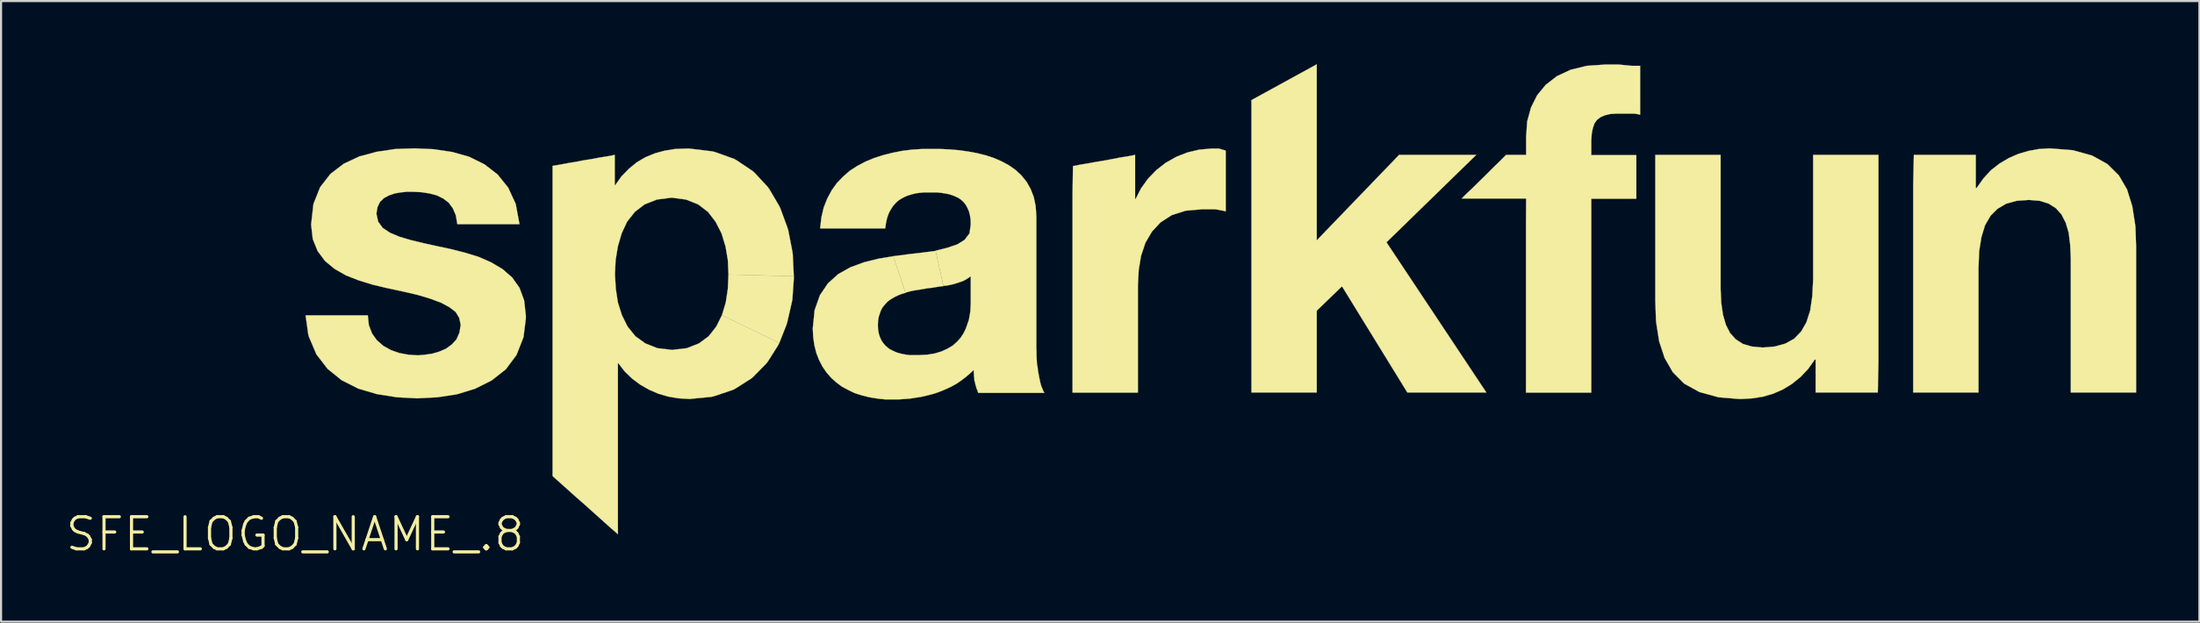
<source format=kicad_pcb>
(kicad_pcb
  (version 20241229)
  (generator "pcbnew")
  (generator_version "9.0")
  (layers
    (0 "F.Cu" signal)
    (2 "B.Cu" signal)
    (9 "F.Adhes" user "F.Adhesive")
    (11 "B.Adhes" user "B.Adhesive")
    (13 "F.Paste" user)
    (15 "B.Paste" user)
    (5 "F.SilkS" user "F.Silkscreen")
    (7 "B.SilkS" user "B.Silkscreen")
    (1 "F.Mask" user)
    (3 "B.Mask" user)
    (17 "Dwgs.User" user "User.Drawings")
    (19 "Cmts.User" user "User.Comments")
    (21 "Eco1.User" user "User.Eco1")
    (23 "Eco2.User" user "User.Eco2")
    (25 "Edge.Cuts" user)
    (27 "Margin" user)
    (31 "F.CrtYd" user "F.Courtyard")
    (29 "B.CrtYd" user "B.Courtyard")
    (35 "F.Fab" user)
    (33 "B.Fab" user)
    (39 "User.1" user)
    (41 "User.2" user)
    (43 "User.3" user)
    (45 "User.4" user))
  (footprint "SFE_LOGO_NAME_.8"
    (layer "F.Cu")
    (at 10.958 22.314)
    (property "Reference" "SFE_LOGO_NAME_.8" (at 0 0 0) (layer "F.SilkS") (effects (font (size 1.524 1.524) (thickness 0.15))))
    (attr exclude_from_pos_files exclude_from_bom)
    (fp_poly (pts (xy 20.259 -10.399) (xy 20.439 -10.998) (xy 20.538 -11.648) (xy 20.569 -12.329) (xy 23.668 -12.248) (xy 23.668 -12.108) (xy 23.599 -11.128) (xy 23.569 -10.988) (xy 23.358 -10.069) (xy 23.32 -9.939) (xy 22.979 -9.078)) (stroke (width 0.01) (type solid)) (fill yes) (layer "F.SilkS"))
    (fp_poly (pts (xy 45.39 -20.61) (xy 48.489 -22.309) (xy 48.489 -13.95) (xy 52.398 -18.009) (xy 56.058 -18.009) (xy 51.798 -13.858) (xy 56.538 -6.728) (xy 52.789 -6.728) (xy 49.687 -11.768) (xy 48.489 -10.61) (xy 48.489 -6.728) (xy 45.39 -6.728)) (stroke (width 0.01) (type solid)) (fill yes) (layer "F.SilkS"))
    (fp_poly (pts (xy 28.39 -13.198) (xy 29.088 -13.289) (xy 29.769 -13.368) (xy 30.399 -13.449) (xy 30.77 -11.778) (xy 30.589 -11.758) (xy 30.409 -11.73) (xy 30.229 -11.699) (xy 30.038 -11.679) (xy 29.858 -11.648) (xy 29.68 -11.618) (xy 29.489 -11.587) (xy 29.319 -11.56) (xy 29.139 -11.519) (xy 28.969 -11.468)) (stroke (width 0.01) (type solid)) (fill yes) (layer "F.SilkS"))
    (fp_poly (pts (xy 36.919 -17.478) (xy 37.29 -17.549) (xy 37.658 -17.61) (xy 38.029 -17.678) (xy 38.4 -17.739) (xy 38.768 -17.808) (xy 39.129 -17.879) (xy 39.5 -17.937) (xy 39.868 -18.009) (xy 39.868 -15.908) (xy 39.888 -15.908) (xy 40.15 -16.419) (xy 40.48 -16.878) (xy 40.879 -17.29) (xy 41.328 -17.638) (xy 41.829 -17.92) (xy 42.36 -18.128) (xy 42.918 -18.258) (xy 43.49 -18.308) (xy 43.838 -18.308) (xy 43.919 -18.288) (xy 43.998 -18.258) (xy 44.089 -18.24) (xy 44.168 -18.209) (xy 44.168 -15.329) (xy 44.049 -15.359) (xy 43.929 -15.38) (xy 43.79 -15.408) (xy 43.64 -15.428) (xy 43.058 -15.428) (xy 42.268 -15.359) (xy 41.608 -15.149) (xy 41.079 -14.808) (xy 40.668 -14.369) (xy 40.358 -13.838) (xy 40.15 -13.218) (xy 40.038 -12.54) (xy 40 -11.808) (xy 40 -6.718) (xy 36.899 -6.718) (xy 36.899 -16.139)) (stroke (width 0.01) (type solid)) (fill yes) (layer "F.SilkS"))
    (fp_poly (pts (xy 58.428 -15.938) (xy 55.369 -15.938) (xy 55.629 -16.198) (xy 55.898 -16.449) (xy 56.159 -16.708) (xy 56.429 -16.97) (xy 56.688 -17.229) (xy 56.949 -17.488) (xy 57.219 -17.75) (xy 57.478 -18.009) (xy 58.428 -18.009) (xy 58.428 -18.87) (xy 58.478 -19.599) (xy 58.659 -20.259) (xy 58.948 -20.838) (xy 59.36 -21.339) (xy 59.888 -21.747) (xy 60.538 -22.05) (xy 61.308 -22.238) (xy 62.2 -22.299) (xy 62.819 -22.299) (xy 63.028 -22.278) (xy 63.228 -22.258) (xy 63.439 -22.238) (xy 63.838 -22.238) (xy 63.838 -19.919) (xy 63.698 -19.949) (xy 63.558 -19.969) (xy 62.7 -19.969) (xy 62.408 -19.949) (xy 62.159 -19.888) (xy 61.958 -19.799) (xy 61.788 -19.67) (xy 61.669 -19.5) (xy 61.59 -19.268) (xy 61.539 -18.999) (xy 61.519 -18.679) (xy 61.519 -17.998) (xy 63.657 -17.998) (xy 63.657 -15.928) (xy 61.519 -15.928) (xy 61.519 -6.718) (xy 58.42 -6.718) (xy 58.42 -14.778)) (stroke (width 0.01) (type solid)) (fill yes) (layer "F.SilkS"))
    (fp_poly (pts (xy 75.118 -6.728) (xy 72.169 -6.728) (xy 72.169 -8.288) (xy 72.128 -8.288) (xy 71.808 -7.838) (xy 71.448 -7.46) (xy 71.039 -7.13) (xy 70.609 -6.868) (xy 70.15 -6.668) (xy 69.67 -6.528) (xy 69.179 -6.449) (xy 68.689 -6.419) (xy 68.529 -6.419) (xy 67.559 -6.5) (xy 66.65 -6.749) (xy 65.928 -7.148) (xy 65.39 -7.689) (xy 64.999 -8.369) (xy 64.74 -9.159) (xy 64.6 -10.058) (xy 64.59 -10.178) (xy 64.559 -11.069) (xy 64.559 -18.009) (xy 67.658 -18.009) (xy 67.658 -11.628) (xy 67.688 -10.978) (xy 67.77 -10.419) (xy 67.909 -9.939) (xy 68.108 -9.548) (xy 68.379 -9.248) (xy 68.72 -9.03) (xy 69.139 -8.908) (xy 69.649 -8.86) (xy 70.228 -8.908) (xy 70.729 -9.047) (xy 71.148 -9.279) (xy 71.478 -9.619) (xy 71.73 -10.058) (xy 71.91 -10.62) (xy 72.009 -11.298) (xy 72.05 -12.088) (xy 72.05 -18.009) (xy 75.148 -18.009) (xy 75.148 -8.128)) (stroke (width 0.01) (type solid)) (fill yes) (layer "F.SilkS"))
    (fp_poly (pts (xy 76.83 -18.009) (xy 79.769 -18.009) (xy 79.769 -16.439) (xy 79.809 -16.439) (xy 80.129 -16.888) (xy 80.488 -17.28) (xy 80.899 -17.6) (xy 81.338 -17.859) (xy 81.798 -18.059) (xy 82.278 -18.199) (xy 82.768 -18.288) (xy 83.259 -18.318) (xy 83.409 -18.308) (xy 84.379 -18.23) (xy 85.288 -17.978) (xy 86.009 -17.579) (xy 86.558 -17.038) (xy 86.949 -16.368) (xy 87.198 -15.568) (xy 87.338 -14.668) (xy 87.348 -14.549) (xy 87.379 -13.668) (xy 87.379 -6.728) (xy 84.28 -6.728) (xy 84.28 -13.099) (xy 84.249 -13.749) (xy 84.178 -14.318) (xy 84.038 -14.788) (xy 83.838 -15.179) (xy 83.569 -15.479) (xy 83.218 -15.7) (xy 82.799 -15.829) (xy 82.288 -15.87) (xy 81.709 -15.829) (xy 81.209 -15.69) (xy 80.8 -15.448) (xy 80.47 -15.118) (xy 80.208 -14.668) (xy 80.038 -14.11) (xy 79.929 -13.439) (xy 79.898 -12.639) (xy 79.898 -6.728) (xy 76.799 -6.728) (xy 76.799 -16.599)) (stroke (width 0.01) (type solid)) (fill yes) (layer "F.SilkS"))
    (fp_poly (pts (xy 22.979 -9.078) (xy 22.918 -8.959) (xy 22.438 -8.199) (xy 22.36 -8.098) (xy 21.74 -7.468) (xy 21.648 -7.389) (xy 20.889 -6.909) (xy 20.77 -6.848) (xy 19.878 -6.548) (xy 19.748 -6.518) (xy 18.72 -6.419) (xy 18.209 -6.449) (xy 17.719 -6.528) (xy 17.239 -6.668) (xy 16.8 -6.858) (xy 16.378 -7.099) (xy 15.989 -7.389) (xy 15.639 -7.729) (xy 15.339 -8.118) (xy 15.319 -8.118) (xy 15.319 0) (xy 14.928 -0.338) (xy 14.539 -0.688) (xy 14.158 -1.029) (xy 13.769 -1.379) (xy 13.378 -1.72) (xy 12.99 -2.068) (xy 12.609 -2.408) (xy 12.22 -2.758) (xy 12.22 -17.488) (xy 12.588 -17.549) (xy 12.959 -17.62) (xy 13.32 -17.678) (xy 13.688 -17.75) (xy 14.059 -17.808) (xy 14.43 -17.879) (xy 14.798 -17.937) (xy 15.169 -18.009) (xy 15.169 -16.568) (xy 15.189 -16.568) (xy 15.489 -16.988) (xy 15.839 -17.348) (xy 16.218 -17.658) (xy 16.629 -17.899) (xy 17.069 -18.08) (xy 17.539 -18.209) (xy 18.029 -18.288) (xy 18.55 -18.308) (xy 18.71 -18.308) (xy 19.779 -18.179) (xy 19.919 -18.148) (xy 20.838 -17.818) (xy 20.958 -17.75) (xy 21.72 -17.239) (xy 21.819 -17.148) (xy 22.438 -16.48) (xy 22.509 -16.378) (xy 22.979 -15.578) (xy 23.038 -15.448) (xy 23.368 -14.549) (xy 23.409 -14.409) (xy 23.599 -13.429) (xy 23.619 -13.279) (xy 23.668 -12.248) (xy 20.569 -12.329) (xy 20.538 -13.01) (xy 20.429 -13.658) (xy 20.239 -14.28) (xy 19.959 -14.829) (xy 19.599 -15.298) (xy 19.129 -15.659) (xy 18.55 -15.888) (xy 17.869 -15.979) (xy 17.168 -15.888) (xy 16.589 -15.659) (xy 16.129 -15.309) (xy 15.758 -14.839) (xy 15.499 -14.287) (xy 15.319 -13.668) (xy 15.21 -13.01) (xy 15.179 -12.329) (xy 15.22 -11.648) (xy 15.319 -10.998) (xy 15.509 -10.399) (xy 15.778 -9.858) (xy 16.149 -9.398) (xy 16.619 -9.058) (xy 17.198 -8.829) (xy 17.889 -8.748) (xy 18.588 -8.829) (xy 19.169 -9.058) (xy 19.629 -9.398) (xy 19.99 -9.858) (xy 20.259 -10.399)) (stroke (width 0.01) (type solid)) (fill yes) (layer "F.SilkS"))
    (fp_poly (pts (xy 3.449 -10.389) (xy 3.498 -9.929) (xy 3.65 -9.528) (xy 3.879 -9.207) (xy 4.188 -8.938) (xy 4.549 -8.738) (xy 4.948 -8.598) (xy 5.38 -8.519) (xy 5.829 -8.489) (xy 6.16 -8.519) (xy 6.507 -8.57) (xy 6.848 -8.669) (xy 7.168 -8.809) (xy 7.44 -9.009) (xy 7.658 -9.248) (xy 7.798 -9.568) (xy 7.859 -9.939) (xy 7.788 -10.269) (xy 7.62 -10.549) (xy 7.318 -10.78) (xy 6.929 -10.988) (xy 6.419 -11.179) (xy 5.819 -11.359) (xy 5.128 -11.519) (xy 4.338 -11.689) (xy 3.668 -11.849) (xy 3.018 -12.05) (xy 2.408 -12.289) (xy 1.869 -12.598) (xy 1.42 -12.969) (xy 1.069 -13.439) (xy 0.838 -14.008) (xy 0.759 -14.699) (xy 0.869 -15.679) (xy 1.189 -16.48) (xy 1.679 -17.109) (xy 2.309 -17.59) (xy 3.048 -17.937) (xy 3.879 -18.158) (xy 4.76 -18.288) (xy 5.669 -18.318) (xy 6.579 -18.278) (xy 7.45 -18.148) (xy 8.258 -17.92) (xy 8.989 -17.559) (xy 9.609 -17.079) (xy 10.109 -16.459) (xy 10.47 -15.679) (xy 10.648 -14.719) (xy 7.699 -14.719) (xy 7.628 -15.138) (xy 7.488 -15.469) (xy 7.29 -15.738) (xy 7.028 -15.938) (xy 6.718 -16.088) (xy 6.368 -16.18) (xy 5.989 -16.238) (xy 5.588 -16.259) (xy 5.309 -16.259) (xy 5.019 -16.228) (xy 4.729 -16.18) (xy 4.458 -16.088) (xy 4.219 -15.959) (xy 4.028 -15.778) (xy 3.909 -15.53) (xy 3.858 -15.22) (xy 3.94 -14.839) (xy 4.158 -14.539) (xy 4.508 -14.308) (xy 4.958 -14.12) (xy 5.499 -13.96) (xy 6.088 -13.818) (xy 6.718 -13.678) (xy 7.379 -13.538) (xy 8.049 -13.368) (xy 8.7 -13.17) (xy 9.299 -12.908) (xy 9.84 -12.588) (xy 10.3 -12.189) (xy 10.648 -11.699) (xy 10.869 -11.1) (xy 10.95 -10.378) (xy 10.95 -10.239) (xy 10.838 -9.35) (xy 10.508 -8.509) (xy 10 -7.828) (xy 9.329 -7.3) (xy 8.55 -6.909) (xy 7.678 -6.64) (xy 6.759 -6.5) (xy 5.799 -6.449) (xy 4.829 -6.5) (xy 3.879 -6.65) (xy 3 -6.909) (xy 2.21 -7.308) (xy 1.539 -7.849) (xy 1.008 -8.539) (xy 0.648 -9.388) (xy 0.62 -9.5) (xy 0.498 -10.389) (xy 3.078 -10.389)) (stroke (width 0.01) (type solid)) (fill yes) (layer "F.SilkS"))
    (fp_poly (pts (xy 28.969 -11.458) (xy 28.799 -11.41) (xy 28.639 -11.349) (xy 28.489 -11.278) (xy 28.349 -11.199) (xy 28.219 -11.118) (xy 28.097 -11.019) (xy 27.988 -10.899) (xy 27.889 -10.78) (xy 27.808 -10.638) (xy 27.75 -10.477) (xy 27.699 -10.317) (xy 27.668 -10.13) (xy 27.658 -9.929) (xy 27.668 -9.718) (xy 27.699 -9.538) (xy 27.75 -9.368) (xy 27.818 -9.218) (xy 27.899 -9.088) (xy 27.998 -8.969) (xy 28.108 -8.87) (xy 28.23 -8.778) (xy 28.369 -8.71) (xy 28.519 -8.639) (xy 28.679 -8.588) (xy 28.839 -8.55) (xy 29.009 -8.519) (xy 29.19 -8.499) (xy 29.558 -8.499) (xy 29.99 -8.519) (xy 30.358 -8.578) (xy 30.688 -8.679) (xy 30.968 -8.809) (xy 31.219 -8.959) (xy 31.42 -9.139) (xy 31.59 -9.329) (xy 31.72 -9.528) (xy 31.829 -9.749) (xy 31.907 -9.97) (xy 31.979 -10.178) (xy 32.019 -10.399) (xy 32.05 -10.599) (xy 32.06 -10.78) (xy 32.068 -10.95) (xy 32.068 -12.248) (xy 31.958 -12.169) (xy 31.849 -12.098) (xy 31.72 -12.029) (xy 31.58 -11.979) (xy 31.43 -11.928) (xy 31.278 -11.88) (xy 31.11 -11.839) (xy 30.95 -11.808) (xy 30.77 -11.788) (xy 30.399 -13.459) (xy 30.958 -13.599) (xy 31.43 -13.759) (xy 31.778 -13.978) (xy 32.009 -14.287) (xy 32.068 -14.709) (xy 32.06 -14.938) (xy 32.029 -15.149) (xy 31.979 -15.339) (xy 31.907 -15.499) (xy 31.829 -15.639) (xy 31.73 -15.768) (xy 31.608 -15.878) (xy 31.478 -15.969) (xy 31.328 -16.038) (xy 31.178 -16.099) (xy 31.008 -16.149) (xy 30.838 -16.18) (xy 30.658 -16.208) (xy 30.46 -16.228) (xy 29.848 -16.228) (xy 29.639 -16.208) (xy 29.439 -16.18) (xy 29.248 -16.129) (xy 29.078 -16.078) (xy 28.918 -16.01) (xy 28.768 -15.928) (xy 28.628 -15.839) (xy 28.509 -15.728) (xy 28.39 -15.598) (xy 28.298 -15.458) (xy 28.209 -15.309) (xy 28.138 -15.138) (xy 28.08 -14.948) (xy 28.039 -14.75) (xy 28.009 -14.519) (xy 24.92 -14.519) (xy 24.978 -15.039) (xy 25.088 -15.509) (xy 25.258 -15.938) (xy 25.469 -16.33) (xy 25.718 -16.678) (xy 26.01 -16.98) (xy 26.33 -17.259) (xy 26.688 -17.488) (xy 27.069 -17.689) (xy 27.478 -17.859) (xy 27.91 -17.998) (xy 28.349 -18.108) (xy 28.809 -18.199) (xy 29.279 -18.258) (xy 29.748 -18.288) (xy 30.648 -18.288) (xy 31.079 -18.268) (xy 31.509 -18.23) (xy 31.948 -18.169) (xy 32.37 -18.09) (xy 32.779 -17.988) (xy 33.17 -17.859) (xy 33.538 -17.699) (xy 33.889 -17.508) (xy 34.199 -17.29) (xy 34.478 -17.028) (xy 34.719 -16.728) (xy 34.91 -16.388) (xy 35.06 -15.999) (xy 35.149 -15.568) (xy 35.179 -15.088) (xy 35.179 -8.829) (xy 35.189 -8.639) (xy 35.189 -8.458) (xy 35.199 -8.268) (xy 35.209 -8.09) (xy 35.24 -7.92) (xy 35.258 -7.75) (xy 35.288 -7.59) (xy 35.319 -7.429) (xy 35.349 -7.28) (xy 35.38 -7.148) (xy 35.418 -7.018) (xy 35.469 -6.899) (xy 35.509 -6.8) (xy 35.56 -6.708) (xy 32.428 -6.708) (xy 32.398 -6.769) (xy 32.38 -6.838) (xy 32.349 -6.899) (xy 32.329 -6.97) (xy 32.309 -7.038) (xy 32.288 -7.109) (xy 32.278 -7.168) (xy 32.258 -7.239) (xy 32.238 -7.308) (xy 32.238 -7.379) (xy 32.228 -7.45) (xy 32.22 -7.518) (xy 32.22 -7.59) (xy 32.21 -7.658) (xy 32.21 -7.798) (xy 32.019 -7.62) (xy 31.819 -7.45) (xy 31.608 -7.29) (xy 31.399 -7.148) (xy 31.168 -7.018) (xy 30.94 -6.909) (xy 30.709 -6.81) (xy 30.47 -6.718) (xy 30.218 -6.64) (xy 29.969 -6.579) (xy 29.708 -6.518) (xy 29.459 -6.48) (xy 29.2 -6.439) (xy 28.938 -6.419) (xy 28.669 -6.398) (xy 28.009 -6.398) (xy 27.628 -6.439) (xy 27.259 -6.5) (xy 26.899 -6.589) (xy 26.558 -6.698) (xy 26.248 -6.848) (xy 25.949 -7.008) (xy 25.679 -7.209) (xy 25.438 -7.429) (xy 25.22 -7.678) (xy 25.029 -7.958) (xy 24.869 -8.268) (xy 24.74 -8.598) (xy 24.648 -8.959) (xy 24.59 -9.35) (xy 24.569 -9.769) (xy 24.658 -10.638) (xy 24.91 -11.349) (xy 25.288 -11.908) (xy 25.778 -12.349) (xy 26.35 -12.67) (xy 26.998 -12.908) (xy 27.678 -13.078) (xy 28.39 -13.198)) (stroke (width 0.01) (type solid)) (fill yes) (layer "F.SilkS")))
  (gr_rect
    (start -3 -3)
    (end 101.342 26.469)
    (stroke (width 0.1) (type default))
    (fill no)
    (layer "Edge.Cuts")))
</source>
